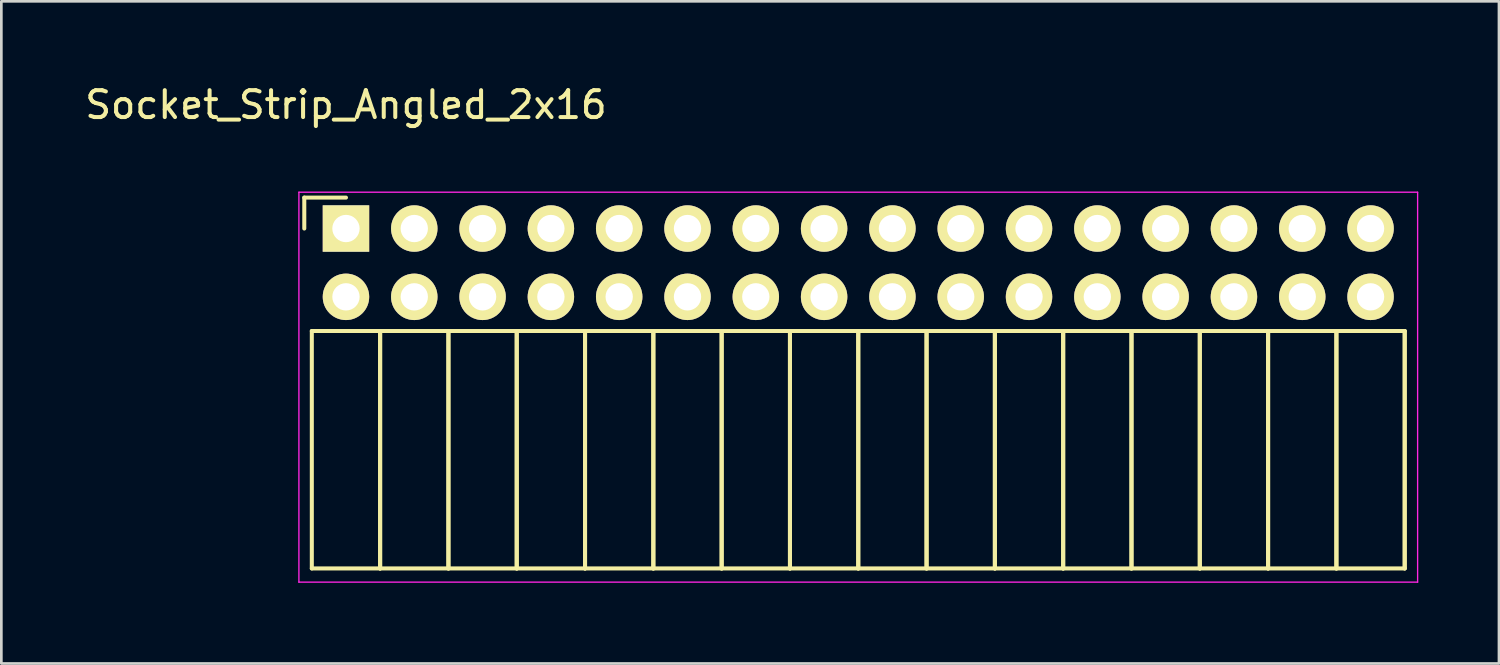
<source format=kicad_pcb>
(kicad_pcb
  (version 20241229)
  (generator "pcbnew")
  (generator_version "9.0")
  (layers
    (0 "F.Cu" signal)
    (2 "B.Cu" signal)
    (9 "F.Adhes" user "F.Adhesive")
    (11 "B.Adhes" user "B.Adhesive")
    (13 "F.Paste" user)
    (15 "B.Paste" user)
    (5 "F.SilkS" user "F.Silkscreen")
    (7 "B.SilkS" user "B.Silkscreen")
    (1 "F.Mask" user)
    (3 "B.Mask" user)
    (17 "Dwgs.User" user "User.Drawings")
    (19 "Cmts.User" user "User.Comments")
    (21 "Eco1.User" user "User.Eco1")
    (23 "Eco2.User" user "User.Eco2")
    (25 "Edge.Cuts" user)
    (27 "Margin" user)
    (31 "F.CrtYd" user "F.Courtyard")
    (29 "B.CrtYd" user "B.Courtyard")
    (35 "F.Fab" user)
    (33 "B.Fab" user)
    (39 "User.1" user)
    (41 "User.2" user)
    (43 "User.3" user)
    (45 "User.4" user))
  (footprint "Socket_Strip_Angled_2x16"
    (layer "F.Cu")
    (at 9.815 5.448)
    (property "Reference" "Socket_Strip_Angled_2x16" (at 0 -4.6 0) (layer "F.SilkS") (effects (font (size 1 1) (thickness 0.15))))
    (attr through_hole)
    (fp_line (start -1.55 -1.15) (end -1.55 0) (stroke (width 0.15) (type solid)) (layer "F.SilkS"))
    (fp_line (start -1.27 3.81) (end -1.27 12.64) (stroke (width 0.15) (type solid)) (layer "F.SilkS"))
    (fp_line (start -1.27 3.81) (end 1.27 3.81) (stroke (width 0.15) (type solid)) (layer "F.SilkS"))
    (fp_line (start -1.27 12.64) (end 1.27 12.64) (stroke (width 0.15) (type solid)) (layer "F.SilkS"))
    (fp_line (start 0 -1.15) (end -1.55 -1.15) (stroke (width 0.15) (type solid)) (layer "F.SilkS"))
    (fp_line (start 1.27 3.81) (end 1.27 12.64) (stroke (width 0.15) (type solid)) (layer "F.SilkS"))
    (fp_line (start 1.27 3.81) (end 3.81 3.81) (stroke (width 0.15) (type solid)) (layer "F.SilkS"))
    (fp_line (start 1.27 12.64) (end 1.27 3.81) (stroke (width 0.15) (type solid)) (layer "F.SilkS"))
    (fp_line (start 1.27 12.64) (end 3.81 12.64) (stroke (width 0.15) (type solid)) (layer "F.SilkS"))
    (fp_line (start 3.81 3.81) (end 3.81 12.64) (stroke (width 0.15) (type solid)) (layer "F.SilkS"))
    (fp_line (start 3.81 3.81) (end 6.35 3.81) (stroke (width 0.15) (type solid)) (layer "F.SilkS"))
    (fp_line (start 3.81 12.64) (end 3.81 3.81) (stroke (width 0.15) (type solid)) (layer "F.SilkS"))
    (fp_line (start 3.81 12.64) (end 6.35 12.64) (stroke (width 0.15) (type solid)) (layer "F.SilkS"))
    (fp_line (start 6.35 3.81) (end 6.35 12.64) (stroke (width 0.15) (type solid)) (layer "F.SilkS"))
    (fp_line (start 6.35 3.81) (end 8.89 3.81) (stroke (width 0.15) (type solid)) (layer "F.SilkS"))
    (fp_line (start 6.35 12.64) (end 6.35 3.81) (stroke (width 0.15) (type solid)) (layer "F.SilkS"))
    (fp_line (start 6.35 12.64) (end 8.89 12.64) (stroke (width 0.15) (type solid)) (layer "F.SilkS"))
    (fp_line (start 8.89 3.81) (end 8.89 12.64) (stroke (width 0.15) (type solid)) (layer "F.SilkS"))
    (fp_line (start 8.89 3.81) (end 11.43 3.81) (stroke (width 0.15) (type solid)) (layer "F.SilkS"))
    (fp_line (start 8.89 12.64) (end 8.89 3.81) (stroke (width 0.15) (type solid)) (layer "F.SilkS"))
    (fp_line (start 8.89 12.64) (end 11.43 12.64) (stroke (width 0.15) (type solid)) (layer "F.SilkS"))
    (fp_line (start 11.43 3.81) (end 11.43 12.64) (stroke (width 0.15) (type solid)) (layer "F.SilkS"))
    (fp_line (start 11.43 3.81) (end 13.97 3.81) (stroke (width 0.15) (type solid)) (layer "F.SilkS"))
    (fp_line (start 11.43 12.64) (end 11.43 3.81) (stroke (width 0.15) (type solid)) (layer "F.SilkS"))
    (fp_line (start 11.43 12.64) (end 13.97 12.64) (stroke (width 0.15) (type solid)) (layer "F.SilkS"))
    (fp_line (start 13.97 3.81) (end 13.97 12.64) (stroke (width 0.15) (type solid)) (layer "F.SilkS"))
    (fp_line (start 13.97 3.81) (end 16.51 3.81) (stroke (width 0.15) (type solid)) (layer "F.SilkS"))
    (fp_line (start 13.97 12.64) (end 13.97 3.81) (stroke (width 0.15) (type solid)) (layer "F.SilkS"))
    (fp_line (start 13.97 12.64) (end 16.51 12.64) (stroke (width 0.15) (type solid)) (layer "F.SilkS"))
    (fp_line (start 16.51 3.81) (end 16.51 12.64) (stroke (width 0.15) (type solid)) (layer "F.SilkS"))
    (fp_line (start 16.51 3.81) (end 19.05 3.81) (stroke (width 0.15) (type solid)) (layer "F.SilkS"))
    (fp_line (start 16.51 12.64) (end 16.51 3.81) (stroke (width 0.15) (type solid)) (layer "F.SilkS"))
    (fp_line (start 16.51 12.64) (end 19.05 12.64) (stroke (width 0.15) (type solid)) (layer "F.SilkS"))
    (fp_line (start 19.05 3.81) (end 19.05 12.64) (stroke (width 0.15) (type solid)) (layer "F.SilkS"))
    (fp_line (start 19.05 3.81) (end 21.59 3.81) (stroke (width 0.15) (type solid)) (layer "F.SilkS"))
    (fp_line (start 19.05 12.64) (end 19.05 3.81) (stroke (width 0.15) (type solid)) (layer "F.SilkS"))
    (fp_line (start 19.05 12.64) (end 21.59 12.64) (stroke (width 0.15) (type solid)) (layer "F.SilkS"))
    (fp_line (start 21.59 3.81) (end 21.59 12.64) (stroke (width 0.15) (type solid)) (layer "F.SilkS"))
    (fp_line (start 21.59 3.81) (end 24.13 3.81) (stroke (width 0.15) (type solid)) (layer "F.SilkS"))
    (fp_line (start 21.59 12.64) (end 21.59 3.81) (stroke (width 0.15) (type solid)) (layer "F.SilkS"))
    (fp_line (start 21.59 12.64) (end 24.13 12.64) (stroke (width 0.15) (type solid)) (layer "F.SilkS"))
    (fp_line (start 24.13 3.81) (end 24.13 12.64) (stroke (width 0.15) (type solid)) (layer "F.SilkS"))
    (fp_line (start 24.13 3.81) (end 26.67 3.81) (stroke (width 0.15) (type solid)) (layer "F.SilkS"))
    (fp_line (start 24.13 12.64) (end 24.13 3.81) (stroke (width 0.15) (type solid)) (layer "F.SilkS"))
    (fp_line (start 24.13 12.64) (end 26.67 12.64) (stroke (width 0.15) (type solid)) (layer "F.SilkS"))
    (fp_line (start 26.67 3.81) (end 26.67 12.64) (stroke (width 0.15) (type solid)) (layer "F.SilkS"))
    (fp_line (start 26.67 3.81) (end 29.21 3.81) (stroke (width 0.15) (type solid)) (layer "F.SilkS"))
    (fp_line (start 26.67 12.64) (end 26.67 3.81) (stroke (width 0.15) (type solid)) (layer "F.SilkS"))
    (fp_line (start 26.67 12.64) (end 29.21 12.64) (stroke (width 0.15) (type solid)) (layer "F.SilkS"))
    (fp_line (start 29.21 3.81) (end 29.21 12.64) (stroke (width 0.15) (type solid)) (layer "F.SilkS"))
    (fp_line (start 29.21 3.81) (end 31.75 3.81) (stroke (width 0.15) (type solid)) (layer "F.SilkS"))
    (fp_line (start 29.21 12.64) (end 29.21 3.81) (stroke (width 0.15) (type solid)) (layer "F.SilkS"))
    (fp_line (start 29.21 12.64) (end 31.75 12.64) (stroke (width 0.15) (type solid)) (layer "F.SilkS"))
    (fp_line (start 31.75 3.81) (end 31.75 12.64) (stroke (width 0.15) (type solid)) (layer "F.SilkS"))
    (fp_line (start 31.75 3.81) (end 34.29 3.81) (stroke (width 0.15) (type solid)) (layer "F.SilkS"))
    (fp_line (start 31.75 12.64) (end 31.75 3.81) (stroke (width 0.15) (type solid)) (layer "F.SilkS"))
    (fp_line (start 31.75 12.64) (end 34.29 12.64) (stroke (width 0.15) (type solid)) (layer "F.SilkS"))
    (fp_line (start 34.29 3.81) (end 34.29 12.64) (stroke (width 0.15) (type solid)) (layer "F.SilkS"))
    (fp_line (start 34.29 3.81) (end 36.83 3.81) (stroke (width 0.15) (type solid)) (layer "F.SilkS"))
    (fp_line (start 34.29 12.64) (end 34.29 3.81) (stroke (width 0.15) (type solid)) (layer "F.SilkS"))
    (fp_line (start 34.29 12.64) (end 36.83 12.64) (stroke (width 0.15) (type solid)) (layer "F.SilkS"))
    (fp_line (start 36.83 3.81) (end 36.83 12.64) (stroke (width 0.15) (type solid)) (layer "F.SilkS"))
    (fp_line (start 36.83 3.81) (end 39.37 3.81) (stroke (width 0.15) (type solid)) (layer "F.SilkS"))
    (fp_line (start 36.83 12.64) (end 36.83 3.81) (stroke (width 0.15) (type solid)) (layer "F.SilkS"))
    (fp_line (start 36.83 12.64) (end 39.37 12.64) (stroke (width 0.15) (type solid)) (layer "F.SilkS"))
    (fp_line (start 39.37 3.81) (end 39.37 12.64) (stroke (width 0.15) (type solid)) (layer "F.SilkS"))
    (fp_line (start 39.37 12.64) (end 39.37 3.81) (stroke (width 0.15) (type solid)) (layer "F.SilkS"))
    (fp_line (start -1.75 -1.35) (end -1.75 13.15) (stroke (width 0.05) (type solid)) (layer "F.CrtYd"))
    (fp_line (start -1.75 -1.35) (end 39.85 -1.35) (stroke (width 0.05) (type solid)) (layer "F.CrtYd"))
    (fp_line (start -1.75 13.15) (end 39.85 13.15) (stroke (width 0.05) (type solid)) (layer "F.CrtYd"))
    (fp_line (start 39.85 -1.35) (end 39.85 13.15) (stroke (width 0.05) (type solid)) (layer "F.CrtYd"))
    (pad "1" thru_hole rect (at 0 0) (size 1.727 1.727) (drill 1.016) (layers "*.Cu" "*.Mask" "F.SilkS"))
    (pad "2" thru_hole oval (at 0 2.54) (size 1.727 1.727) (drill 1.016) (layers "*.Cu" "*.Mask" "F.SilkS"))
    (pad "3" thru_hole oval (at 2.54 0) (size 1.727 1.727) (drill 1.016) (layers "*.Cu" "*.Mask" "F.SilkS"))
    (pad "4" thru_hole oval (at 2.54 2.54) (size 1.727 1.727) (drill 1.016) (layers "*.Cu" "*.Mask" "F.SilkS"))
    (pad "5" thru_hole oval (at 5.08 0) (size 1.727 1.727) (drill 1.016) (layers "*.Cu" "*.Mask" "F.SilkS"))
    (pad "6" thru_hole oval (at 5.08 2.54) (size 1.727 1.727) (drill 1.016) (layers "*.Cu" "*.Mask" "F.SilkS"))
    (pad "7" thru_hole oval (at 7.62 0) (size 1.727 1.727) (drill 1.016) (layers "*.Cu" "*.Mask" "F.SilkS"))
    (pad "8" thru_hole oval (at 7.62 2.54) (size 1.727 1.727) (drill 1.016) (layers "*.Cu" "*.Mask" "F.SilkS"))
    (pad "9" thru_hole oval (at 10.16 0) (size 1.727 1.727) (drill 1.016) (layers "*.Cu" "*.Mask" "F.SilkS"))
    (pad "10" thru_hole oval (at 10.16 2.54) (size 1.727 1.727) (drill 1.016) (layers "*.Cu" "*.Mask" "F.SilkS"))
    (pad "11" thru_hole oval (at 12.7 0) (size 1.727 1.727) (drill 1.016) (layers "*.Cu" "*.Mask" "F.SilkS"))
    (pad "12" thru_hole oval (at 12.7 2.54) (size 1.727 1.727) (drill 1.016) (layers "*.Cu" "*.Mask" "F.SilkS"))
    (pad "13" thru_hole oval (at 15.24 0) (size 1.727 1.727) (drill 1.016) (layers "*.Cu" "*.Mask" "F.SilkS"))
    (pad "14" thru_hole oval (at 15.24 2.54) (size 1.727 1.727) (drill 1.016) (layers "*.Cu" "*.Mask" "F.SilkS"))
    (pad "15" thru_hole oval (at 17.78 0) (size 1.727 1.727) (drill 1.016) (layers "*.Cu" "*.Mask" "F.SilkS"))
    (pad "16" thru_hole oval (at 17.78 2.54) (size 1.727 1.727) (drill 1.016) (layers "*.Cu" "*.Mask" "F.SilkS"))
    (pad "17" thru_hole oval (at 20.32 0) (size 1.727 1.727) (drill 1.016) (layers "*.Cu" "*.Mask" "F.SilkS"))
    (pad "18" thru_hole oval (at 20.32 2.54) (size 1.727 1.727) (drill 1.016) (layers "*.Cu" "*.Mask" "F.SilkS"))
    (pad "19" thru_hole oval (at 22.86 0) (size 1.727 1.727) (drill 1.016) (layers "*.Cu" "*.Mask" "F.SilkS"))
    (pad "20" thru_hole oval (at 22.86 2.54) (size 1.727 1.727) (drill 1.016) (layers "*.Cu" "*.Mask" "F.SilkS"))
    (pad "21" thru_hole oval (at 25.4 0) (size 1.727 1.727) (drill 1.016) (layers "*.Cu" "*.Mask" "F.SilkS"))
    (pad "22" thru_hole oval (at 25.4 2.54) (size 1.727 1.727) (drill 1.016) (layers "*.Cu" "*.Mask" "F.SilkS"))
    (pad "23" thru_hole oval (at 27.94 0) (size 1.727 1.727) (drill 1.016) (layers "*.Cu" "*.Mask" "F.SilkS"))
    (pad "24" thru_hole oval (at 27.94 2.54) (size 1.727 1.727) (drill 1.016) (layers "*.Cu" "*.Mask" "F.SilkS"))
    (pad "25" thru_hole oval (at 30.48 0) (size 1.727 1.727) (drill 1.016) (layers "*.Cu" "*.Mask" "F.SilkS"))
    (pad "26" thru_hole oval (at 30.48 2.54) (size 1.727 1.727) (drill 1.016) (layers "*.Cu" "*.Mask" "F.SilkS"))
    (pad "27" thru_hole oval (at 33.02 0) (size 1.727 1.727) (drill 1.016) (layers "*.Cu" "*.Mask" "F.SilkS"))
    (pad "28" thru_hole oval (at 33.02 2.54) (size 1.727 1.727) (drill 1.016) (layers "*.Cu" "*.Mask" "F.SilkS"))
    (pad "29" thru_hole oval (at 35.56 0) (size 1.727 1.727) (drill 1.016) (layers "*.Cu" "*.Mask" "F.SilkS"))
    (pad "30" thru_hole oval (at 35.56 2.54) (size 1.727 1.727) (drill 1.016) (layers "*.Cu" "*.Mask" "F.SilkS"))
    (pad "31" thru_hole oval (at 38.1 0) (size 1.727 1.727) (drill 1.016) (layers "*.Cu" "*.Mask" "F.SilkS"))
    (pad "32" thru_hole oval (at 38.1 2.54) (size 1.727 1.727) (drill 1.016) (layers "*.Cu" "*.Mask" "F.SilkS")))
  (gr_rect
    (start -3 -3)
    (end 52.69 21.623)
    (stroke (width 0.1) (type default))
    (fill no)
    (layer "Edge.Cuts")))
</source>
